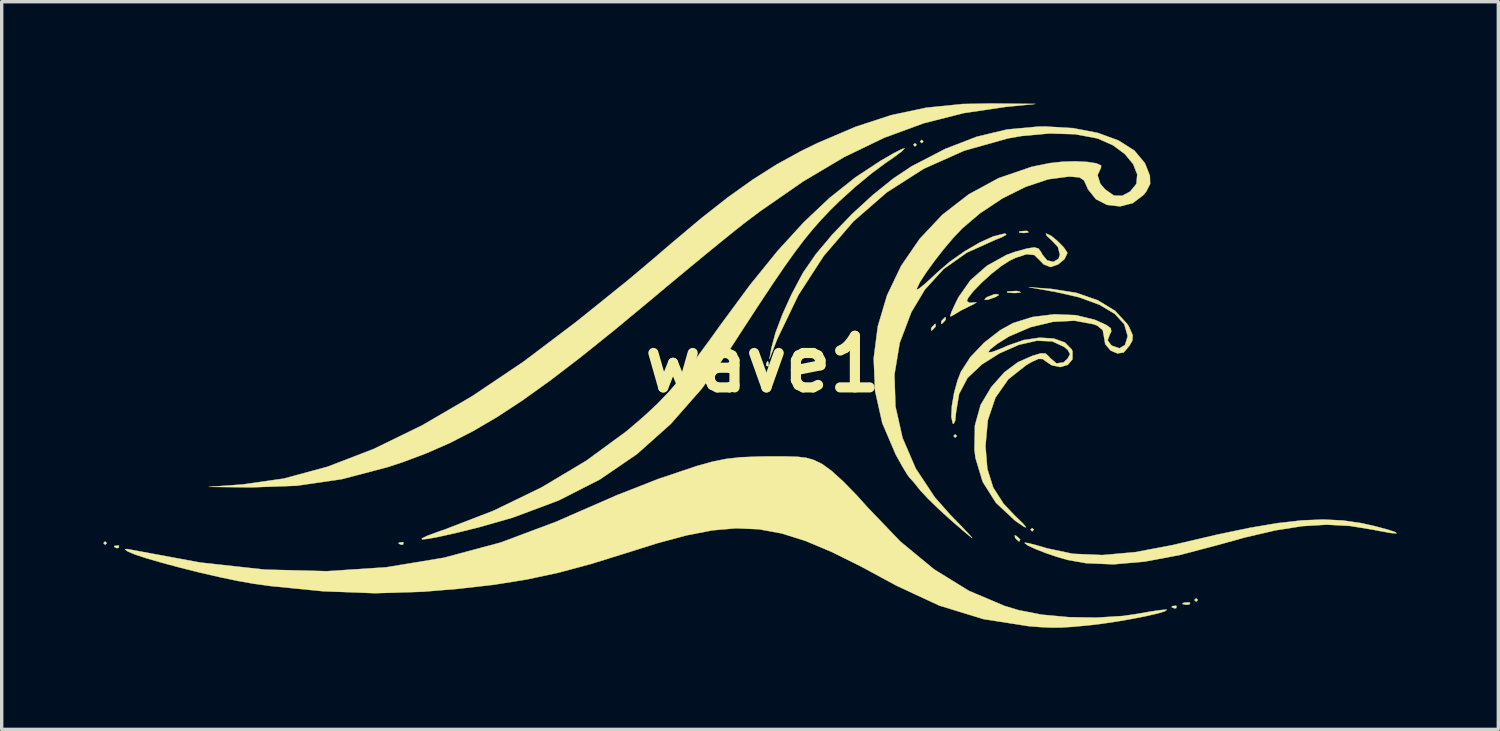
<source format=kicad_pcb>
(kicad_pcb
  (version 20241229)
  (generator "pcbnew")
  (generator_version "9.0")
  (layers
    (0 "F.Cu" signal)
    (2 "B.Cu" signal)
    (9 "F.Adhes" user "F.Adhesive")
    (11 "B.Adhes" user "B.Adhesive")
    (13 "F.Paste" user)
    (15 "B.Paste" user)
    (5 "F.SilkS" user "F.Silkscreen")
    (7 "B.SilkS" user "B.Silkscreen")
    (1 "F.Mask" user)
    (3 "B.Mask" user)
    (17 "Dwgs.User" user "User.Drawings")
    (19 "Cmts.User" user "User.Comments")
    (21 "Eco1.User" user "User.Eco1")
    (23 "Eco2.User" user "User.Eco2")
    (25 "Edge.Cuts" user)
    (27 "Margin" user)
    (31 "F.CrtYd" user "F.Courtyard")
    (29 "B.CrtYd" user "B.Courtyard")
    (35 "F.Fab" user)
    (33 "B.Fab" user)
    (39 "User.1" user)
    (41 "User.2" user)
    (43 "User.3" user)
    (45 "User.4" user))
  (footprint "wave1"
    (layer "F.Cu")
    (at 19.475 7.701)
    (property "Reference" "wave1" (at 0 0 0) (layer "F.SilkS") (effects (font (size 1.524 1.524) (thickness 0.3))))
    (attr through_hole)
    (fp_poly (pts (xy -19.371 5.288) (xy -19.421 5.337) (xy -19.47 5.288) (xy -19.421 5.238) (xy -19.371 5.288)) (stroke (width 0.01) (type solid)) (fill yes) (layer "F.SilkS"))
    (fp_poly (pts (xy 4.546 -6.474) (xy 4.497 -6.424) (xy 4.447 -6.474) (xy 4.497 -6.523) (xy 4.546 -6.474)) (stroke (width 0.01) (type solid)) (fill yes) (layer "F.SilkS"))
    (fp_poly (pts (xy 4.744 -6.572) (xy 4.695 -6.523) (xy 4.645 -6.572) (xy 4.695 -6.622) (xy 4.744 -6.572)) (stroke (width 0.01) (type solid)) (fill yes) (layer "F.SilkS"))
    (fp_poly (pts (xy 5.732 2.125) (xy 5.683 2.174) (xy 5.633 2.125) (xy 5.683 2.075) (xy 5.732 2.125)) (stroke (width 0.01) (type solid)) (fill yes) (layer "F.SilkS"))
    (fp_poly (pts (xy 8.005 4.892) (xy 7.956 4.942) (xy 7.907 4.892) (xy 7.956 4.843) (xy 8.005 4.892)) (stroke (width 0.01) (type solid)) (fill yes) (layer "F.SilkS"))
    (fp_poly (pts (xy 12.848 6.968) (xy 12.799 7.017) (xy 12.749 6.968) (xy 12.799 6.918) (xy 12.848 6.968)) (stroke (width 0.01) (type solid)) (fill yes) (layer "F.SilkS"))
    (fp_poly (pts (xy -19.009 5.37) (xy -19.022 5.429) (xy -19.075 5.436) (xy -19.156 5.4) (xy -19.141 5.37) (xy -19.023 5.358) (xy -19.009 5.37)) (stroke (width 0.01) (type solid)) (fill yes) (layer "F.SilkS"))
    (fp_poly (pts (xy -10.608 5.271) (xy -10.622 5.33) (xy -10.674 5.337) (xy -10.755 5.301) (xy -10.74 5.271) (xy -10.623 5.259) (xy -10.608 5.271)) (stroke (width 0.01) (type solid)) (fill yes) (layer "F.SilkS"))
    (fp_poly (pts (xy 0.165 -0.066) (xy 0.177 0.051) (xy 0.165 0.066) (xy 0.106 0.052) (xy 0.099 0) (xy 0.135 -0.081) (xy 0.165 -0.066)) (stroke (width 0.01) (type solid)) (fill yes) (layer "F.SilkS"))
    (fp_poly (pts (xy 7.832 -3.92) (xy 7.845 -3.884) (xy 7.709 -3.87) (xy 7.569 -3.886) (xy 7.585 -3.92) (xy 7.788 -3.933) (xy 7.832 -3.92)) (stroke (width 0.01) (type solid)) (fill yes) (layer "F.SilkS"))
    (fp_poly (pts (xy 12.222 7.149) (xy 12.209 7.208) (xy 12.156 7.215) (xy 12.075 7.179) (xy 12.091 7.149) (xy 12.208 7.137) (xy 12.222 7.149)) (stroke (width 0.01) (type solid)) (fill yes) (layer "F.SilkS"))
    (fp_poly (pts (xy 12.624 7.056) (xy 12.594 7.101) (xy 12.494 7.108) (xy 12.389 7.084) (xy 12.434 7.048) (xy 12.589 7.037) (xy 12.624 7.056)) (stroke (width 0.01) (type solid)) (fill yes) (layer "F.SilkS"))
    (fp_poly (pts (xy 7.496 5.08) (xy 7.602 5.18) (xy 7.58 5.237) (xy 7.567 5.238) (xy 7.483 5.168) (xy 7.452 5.124) (xy 7.441 5.056) (xy 7.496 5.08)) (stroke (width 0.01) (type solid)) (fill yes) (layer "F.SilkS"))
    (fp_poly (pts (xy 5.108 -1.122) (xy 5.09 -1.087) (xy 4.997 -0.993) (xy 4.979 -0.988) (xy 4.973 -1.052) (xy 4.991 -1.087) (xy 5.084 -1.182) (xy 5.102 -1.186) (xy 5.108 -1.122)) (stroke (width 0.01) (type solid)) (fill yes) (layer "F.SilkS"))
    (fp_poly (pts (xy 5.405 -1.32) (xy 5.386 -1.285) (xy 5.293 -1.19) (xy 5.276 -1.186) (xy 5.269 -1.25) (xy 5.288 -1.285) (xy 5.381 -1.379) (xy 5.398 -1.384) (xy 5.405 -1.32)) (stroke (width 0.01) (type solid)) (fill yes) (layer "F.SilkS"))
    (fp_poly (pts (xy 6.977 -2.039) (xy 6.869 -1.977) (xy 6.659 -1.903) (xy 6.551 -1.893) (xy 6.582 -1.949) (xy 6.622 -1.977) (xy 6.833 -2.059) (xy 6.918 -2.067) (xy 6.977 -2.039)) (stroke (width 0.01) (type solid)) (fill yes) (layer "F.SilkS"))
    (fp_poly (pts (xy 7.585 -2.144) (xy 7.616 -2.115) (xy 7.48 -2.099) (xy 7.412 -2.098) (xy 7.233 -2.109) (xy 7.211 -2.134) (xy 7.239 -2.144) (xy 7.49 -2.159) (xy 7.585 -2.144)) (stroke (width 0.01) (type solid)) (fill yes) (layer "F.SilkS"))
    (fp_poly (pts (xy 17.134 4.619) (xy 17.684 4.699) (xy 18.066 4.784) (xy 18.477 4.895) (xy 18.693 4.969) (xy 18.718 5.002) (xy 18.553 4.99) (xy 18.198 4.927) (xy 18.03 4.893) (xy 17.343 4.781) (xy 16.657 4.744) (xy 15.934 4.787) (xy 15.138 4.912) (xy 14.231 5.123) (xy 13.491 5.33) (xy 12.312 5.641) (xy 11.275 5.835) (xy 10.361 5.915) (xy 9.553 5.882) (xy 9.015 5.787) (xy 8.697 5.697) (xy 8.361 5.583) (xy 8.057 5.464) (xy 7.832 5.359) (xy 7.735 5.287) (xy 7.737 5.276) (xy 7.839 5.288) (xy 8.077 5.348) (xy 8.389 5.44) (xy 9.155 5.603) (xy 10.02 5.641) (xy 11 5.555) (xy 12.113 5.344) (xy 12.31 5.297) (xy 13.427 5.035) (xy 14.384 4.836) (xy 15.206 4.697) (xy 15.922 4.616) (xy 16.555 4.591) (xy 17.134 4.619)) (stroke (width 0.01) (type solid)) (fill yes) (layer "F.SilkS"))
    (fp_poly (pts (xy 4.108 -6.283) (xy 3.86 -6.097) (xy 3.607 -5.923) (xy 3.195 -5.617) (xy 2.721 -5.223) (xy 2.256 -4.802) (xy 1.997 -4.548) (xy 1.732 -4.268) (xy 1.48 -3.984) (xy 1.226 -3.673) (xy 0.954 -3.314) (xy 0.649 -2.886) (xy 0.294 -2.366) (xy -0.126 -1.733) (xy -0.627 -0.965) (xy -0.924 -0.505) (xy -1.794 0.72) (xy -2.717 1.77) (xy -3.716 2.661) (xy -4.811 3.409) (xy -6.026 4.028) (xy -7.381 4.535) (xy -8.403 4.826) (xy -9.045 4.985) (xy -9.54 5.096) (xy -9.88 5.161) (xy -10.059 5.179) (xy -10.069 5.149) (xy -9.904 5.07) (xy -9.556 4.942) (xy -9.419 4.896) (xy -7.949 4.33) (xy -6.533 3.643) (xy -5.216 2.857) (xy -4.043 1.999) (xy -3.953 1.925) (xy -3.512 1.547) (xy -3.126 1.188) (xy -2.766 0.814) (xy -2.405 0.394) (xy -2.012 -0.107) (xy -1.56 -0.72) (xy -1.231 -1.178) (xy -0.372 -2.342) (xy 0.436 -3.339) (xy 1.212 -4.188) (xy 1.973 -4.907) (xy 2.737 -5.514) (xy 3.474 -5.999) (xy 3.87 -6.228) (xy 4.11 -6.35) (xy 4.191 -6.368) (xy 4.108 -6.283)) (stroke (width 0.01) (type solid)) (fill yes) (layer "F.SilkS"))
    (fp_poly (pts (xy 8.514 -3.789) (xy 8.708 -3.632) (xy 8.888 -3.448) (xy 8.989 -3.298) (xy 8.994 -3.273) (xy 8.912 -3.099) (xy 8.722 -2.941) (xy 8.508 -2.867) (xy 8.493 -2.866) (xy 8.295 -2.944) (xy 8.18 -3.064) (xy 8.02 -3.22) (xy 7.793 -3.244) (xy 7.467 -3.137) (xy 7.298 -3.056) (xy 7.048 -2.897) (xy 6.757 -2.667) (xy 6.468 -2.407) (xy 6.223 -2.155) (xy 6.065 -1.953) (xy 6.029 -1.862) (xy 6.109 -1.808) (xy 6.251 -1.821) (xy 6.315 -1.822) (xy 6.215 -1.76) (xy 6.128 -1.719) (xy 5.868 -1.59) (xy 5.677 -1.475) (xy 5.658 -1.461) (xy 5.552 -1.405) (xy 5.535 -1.424) (xy 5.576 -1.542) (xy 5.682 -1.775) (xy 5.781 -1.975) (xy 6.131 -2.473) (xy 6.622 -2.904) (xy 7.198 -3.223) (xy 7.445 -3.312) (xy 7.803 -3.412) (xy 8.019 -3.446) (xy 8.144 -3.411) (xy 8.224 -3.3) (xy 8.254 -3.237) (xy 8.4 -3.062) (xy 8.582 -3.018) (xy 8.732 -3.105) (xy 8.777 -3.225) (xy 8.715 -3.461) (xy 8.541 -3.645) (xy 8.391 -3.782) (xy 8.361 -3.852) (xy 8.373 -3.854) (xy 8.514 -3.789)) (stroke (width 0.01) (type solid)) (fill yes) (layer "F.SilkS"))
    (fp_poly (pts (xy 8.055 -7.682) (xy 7.165 -7.593) (xy 5.942 -7.412) (xy 4.757 -7.112) (xy 3.587 -6.683) (xy 2.408 -6.114) (xy 1.195 -5.394) (xy -0.076 -4.513) (xy -0.51 -4.187) (xy -0.797 -3.96) (xy -1.205 -3.632) (xy -1.703 -3.226) (xy -2.259 -2.767) (xy -2.843 -2.282) (xy -3.277 -1.918) (xy -4.39 -0.995) (xy -5.383 -0.198) (xy -6.275 0.485) (xy -7.087 1.067) (xy -7.838 1.56) (xy -8.549 1.977) (xy -9.24 2.331) (xy -9.93 2.634) (xy -10.639 2.9) (xy -11.069 3.042) (xy -12.422 3.398) (xy -13.762 3.594) (xy -15.114 3.642) (xy -16.357 3.627) (xy -15.368 3.556) (xy -14.147 3.382) (xy -12.851 3.031) (xy -11.487 2.506) (xy -10.062 1.811) (xy -8.584 0.95) (xy -7.059 -0.075) (xy -5.493 -1.259) (xy -5.347 -1.377) (xy -4.942 -1.702) (xy -4.556 -2.013) (xy -4.235 -2.272) (xy -4.049 -2.421) (xy -3.831 -2.602) (xy -3.506 -2.875) (xy -3.119 -3.204) (xy -2.713 -3.552) (xy -2.705 -3.559) (xy -1.815 -4.307) (xy -1.021 -4.93) (xy -0.289 -5.452) (xy 0.415 -5.897) (xy 1.126 -6.287) (xy 1.623 -6.53) (xy 2.747 -7.009) (xy 3.797 -7.352) (xy 4.83 -7.571) (xy 5.903 -7.68) (xy 6.754 -7.696) (xy 8.055 -7.682)) (stroke (width 0.01) (type solid)) (fill yes) (layer "F.SilkS"))
    (fp_poly (pts (xy 1.027 2.738) (xy 1.288 2.769) (xy 1.492 2.827) (xy 1.687 2.917) (xy 1.773 2.965) (xy 2.033 3.154) (xy 2.378 3.468) (xy 2.774 3.873) (xy 3.091 4.226) (xy 4.063 5.239) (xy 5.058 6.06) (xy 6.083 6.694) (xy 7.144 7.144) (xy 7.561 7.269) (xy 8.242 7.401) (xy 9.034 7.474) (xy 9.86 7.488) (xy 10.64 7.439) (xy 11.063 7.377) (xy 11.444 7.31) (xy 11.743 7.266) (xy 11.913 7.252) (xy 11.935 7.257) (xy 11.875 7.301) (xy 11.66 7.366) (xy 11.327 7.443) (xy 10.916 7.524) (xy 10.467 7.602) (xy 10.019 7.669) (xy 9.636 7.715) (xy 9.165 7.759) (xy 8.816 7.781) (xy 8.512 7.784) (xy 8.18 7.767) (xy 7.857 7.742) (xy 6.52 7.533) (xy 5.211 7.132) (xy 3.946 6.543) (xy 3.904 6.52) (xy 2.905 5.98) (xy 2.036 5.549) (xy 1.264 5.224) (xy 0.557 5.002) (xy -0.116 4.879) (xy -0.789 4.85) (xy -1.494 4.912) (xy -2.262 5.062) (xy -3.125 5.295) (xy -4.052 5.587) (xy -5.089 5.909) (xy -6.046 6.165) (xy -6.979 6.364) (xy -7.947 6.519) (xy -9.006 6.639) (xy -10.034 6.724) (xy -11.452 6.768) (xy -12.975 6.711) (xy -14.538 6.556) (xy -15.072 6.481) (xy -15.512 6.403) (xy -16.037 6.293) (xy -16.607 6.162) (xy -17.183 6.018) (xy -17.726 5.873) (xy -18.196 5.737) (xy -18.552 5.62) (xy -18.757 5.532) (xy -18.761 5.529) (xy -18.838 5.465) (xy -18.751 5.464) (xy -18.63 5.488) (xy -16.618 5.86) (xy -14.705 6.07) (xy -12.877 6.117) (xy -11.118 6.001) (xy -9.413 5.719) (xy -7.744 5.271) (xy -6.098 4.655) (xy -5.66 4.462) (xy -4.3 3.869) (xy -3.079 3.391) (xy -1.982 3.022) (xy -1.927 3.005) (xy -1.472 2.879) (xy -1.066 2.798) (xy -0.636 2.751) (xy -0.111 2.731) (xy 0.148 2.727) (xy 0.663 2.727) (xy 1.027 2.738)) (stroke (width 0.01) (type solid)) (fill yes) (layer "F.SilkS"))
    (fp_poly (pts (xy 8.531 -2.218) (xy 9.262 -2.103) (xy 9.898 -1.882) (xy 10.409 -1.57) (xy 10.767 -1.181) (xy 10.829 -1.075) (xy 10.925 -0.852) (xy 10.915 -0.694) (xy 10.826 -0.536) (xy 10.657 -0.341) (xy 10.474 -0.314) (xy 10.272 -0.399) (xy 10.114 -0.589) (xy 10.081 -0.784) (xy 10.041 -1.002) (xy 9.883 -1.131) (xy 9.77 -1.176) (xy 9.21 -1.28) (xy 8.571 -1.247) (xy 7.908 -1.088) (xy 7.272 -0.814) (xy 6.927 -0.599) (xy 6.709 -0.427) (xy 6.662 -0.346) (xy 6.778 -0.358) (xy 7.052 -0.462) (xy 7.225 -0.541) (xy 7.705 -0.709) (xy 8.175 -0.779) (xy 8.595 -0.754) (xy 8.926 -0.636) (xy 9.126 -0.431) (xy 9.148 -0.376) (xy 9.147 -0.139) (xy 9.008 0.024) (xy 8.785 0.089) (xy 8.531 0.035) (xy 8.388 -0.061) (xy 8.267 -0.148) (xy 8.141 -0.152) (xy 7.946 -0.063) (xy 7.787 0.028) (xy 7.252 0.449) (xy 6.872 0.993) (xy 6.647 1.658) (xy 6.578 2.421) (xy 6.633 3.093) (xy 6.805 3.644) (xy 7.115 4.129) (xy 7.442 4.472) (xy 7.685 4.708) (xy 7.779 4.821) (xy 7.724 4.811) (xy 7.521 4.675) (xy 7.446 4.62) (xy 6.884 4.094) (xy 6.494 3.476) (xy 6.282 2.774) (xy 6.252 2.525) (xy 6.265 1.817) (xy 6.434 1.206) (xy 6.748 0.68) (xy 7.135 0.243) (xy 7.533 -0.054) (xy 7.959 -0.242) (xy 8.213 -0.318) (xy 8.355 -0.312) (xy 8.458 -0.216) (xy 8.478 -0.188) (xy 8.674 -0.02) (xy 8.881 -0.049) (xy 9.003 -0.16) (xy 9.075 -0.292) (xy 9.008 -0.416) (xy 8.905 -0.505) (xy 8.551 -0.67) (xy 8.096 -0.689) (xy 7.567 -0.569) (xy 6.992 -0.316) (xy 6.474 0.01) (xy 6.049 0.409) (xy 5.799 0.883) (xy 5.709 1.423) (xy 5.683 1.673) (xy 5.637 1.769) (xy 5.61 1.75) (xy 5.568 1.555) (xy 5.585 1.236) (xy 5.65 0.855) (xy 5.755 0.473) (xy 5.852 0.227) (xy 6.131 -0.205) (xy 6.54 -0.634) (xy 7.017 -1.003) (xy 7.395 -1.212) (xy 7.972 -1.392) (xy 8.614 -1.47) (xy 9.248 -1.444) (xy 9.8 -1.31) (xy 9.858 -1.286) (xy 10.144 -1.155) (xy 10.278 -1.059) (xy 10.293 -0.962) (xy 10.249 -0.874) (xy 10.186 -0.703) (xy 10.282 -0.568) (xy 10.32 -0.539) (xy 10.534 -0.466) (xy 10.698 -0.563) (xy 10.772 -0.805) (xy 10.773 -0.839) (xy 10.677 -1.175) (xy 10.398 -1.481) (xy 9.949 -1.749) (xy 9.343 -1.971) (xy 8.67 -2.125) (xy 7.857 -2.269) (xy 8.531 -2.218)) (stroke (width 0.01) (type solid)) (fill yes) (layer "F.SilkS"))
    (fp_poly (pts (xy 9.17 -6.966) (xy 9.898 -6.826) (xy 10.506 -6.603) (xy 10.974 -6.307) (xy 11.277 -5.945) (xy 11.303 -5.894) (xy 11.433 -5.563) (xy 11.441 -5.319) (xy 11.323 -5.09) (xy 11.242 -4.99) (xy 10.925 -4.751) (xy 10.55 -4.656) (xy 10.17 -4.699) (xy 9.837 -4.87) (xy 9.603 -5.163) (xy 9.569 -5.245) (xy 9.485 -5.427) (xy 9.354 -5.511) (xy 9.11 -5.534) (xy 9.031 -5.535) (xy 8.431 -5.456) (xy 7.765 -5.234) (xy 7.077 -4.891) (xy 6.41 -4.447) (xy 5.889 -4.003) (xy 5.634 -3.734) (xy 5.351 -3.401) (xy 5.072 -3.043) (xy 4.825 -2.702) (xy 4.641 -2.417) (xy 4.551 -2.228) (xy 4.546 -2.2) (xy 4.611 -2.224) (xy 4.783 -2.362) (xy 5.03 -2.587) (xy 5.141 -2.693) (xy 5.526 -3.024) (xy 5.964 -3.332) (xy 6.409 -3.59) (xy 6.813 -3.772) (xy 7.128 -3.85) (xy 7.165 -3.851) (xy 7.194 -3.821) (xy 7.063 -3.746) (xy 6.869 -3.669) (xy 6.026 -3.289) (xy 5.34 -2.805) (xy 4.789 -2.199) (xy 4.389 -1.533) (xy 4.045 -0.624) (xy 3.89 0.311) (xy 3.92 1.253) (xy 4.13 2.184) (xy 4.518 3.084) (xy 5.08 3.933) (xy 5.537 4.45) (xy 5.822 4.742) (xy 6.042 4.972) (xy 6.168 5.112) (xy 6.187 5.139) (xy 6.105 5.078) (xy 5.91 4.916) (xy 5.638 4.681) (xy 5.499 4.558) (xy 5.17 4.258) (xy 4.874 3.969) (xy 4.663 3.743) (xy 4.623 3.694) (xy 4.461 3.492) (xy 4.348 3.368) (xy 4.338 3.36) (xy 4.262 3.255) (xy 4.122 3.022) (xy 3.947 2.71) (xy 3.925 2.668) (xy 3.53 1.744) (xy 3.317 0.793) (xy 3.276 -0.166) (xy 3.398 -1.114) (xy 3.671 -2.031) (xy 4.086 -2.898) (xy 4.634 -3.697) (xy 5.303 -4.408) (xy 6.083 -5.012) (xy 6.966 -5.491) (xy 7.94 -5.825) (xy 8.468 -5.933) (xy 8.856 -5.976) (xy 9.243 -5.987) (xy 9.588 -5.969) (xy 9.852 -5.928) (xy 9.994 -5.865) (xy 9.988 -5.798) (xy 9.888 -5.578) (xy 9.97 -5.323) (xy 10.112 -5.157) (xy 10.373 -4.975) (xy 10.618 -4.971) (xy 10.85 -5.095) (xy 11.035 -5.322) (xy 11.059 -5.601) (xy 10.94 -5.904) (xy 10.696 -6.199) (xy 10.347 -6.459) (xy 9.91 -6.653) (xy 9.866 -6.667) (xy 9.223 -6.787) (xy 8.463 -6.809) (xy 7.643 -6.734) (xy 7.235 -6.662) (xy 5.948 -6.3) (xy 4.754 -5.767) (xy 3.661 -5.068) (xy 2.675 -4.209) (xy 1.803 -3.195) (xy 1.051 -2.034) (xy 0.425 -0.73) (xy 0.338 -0.509) (xy 0.198 -0.148) (xy 0.256 -0.472) (xy 0.375 -0.919) (xy 0.583 -1.471) (xy 0.855 -2.068) (xy 1.167 -2.655) (xy 1.201 -2.713) (xy 1.567 -3.244) (xy 2.06 -3.831) (xy 2.635 -4.428) (xy 3.249 -4.992) (xy 3.855 -5.48) (xy 4.398 -5.841) (xy 5.388 -6.354) (xy 6.313 -6.712) (xy 7.216 -6.928) (xy 8.137 -7.013) (xy 8.347 -7.016) (xy 9.17 -6.966)) (stroke (width 0.01) (type solid)) (fill yes) (layer "F.SilkS")))
  (gr_rect
    (start -3 -3)
    (end 41.198 18.489)
    (stroke (width 0.1) (type default))
    (fill no)
    (layer "Edge.Cuts")))
</source>
